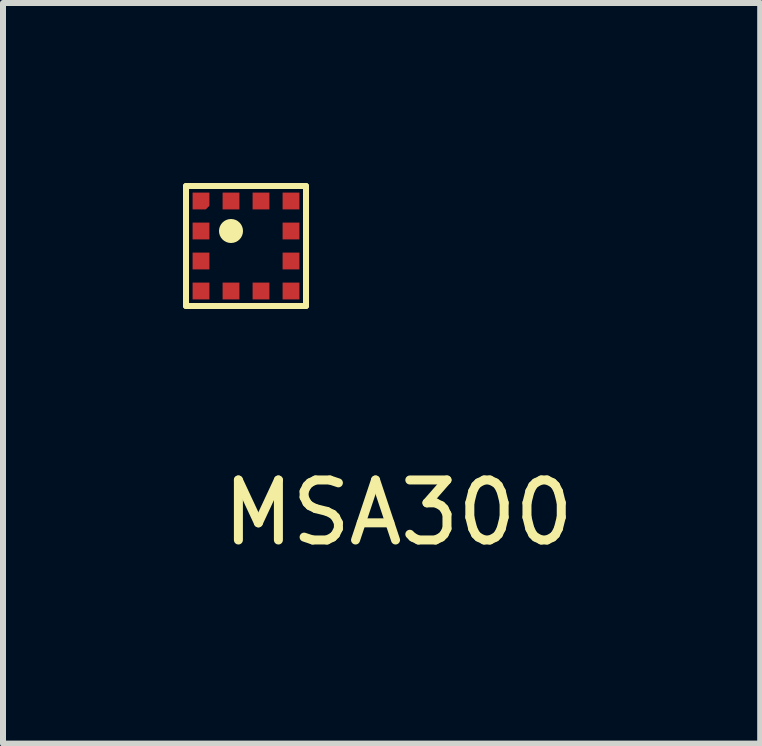
<source format=kicad_pcb>
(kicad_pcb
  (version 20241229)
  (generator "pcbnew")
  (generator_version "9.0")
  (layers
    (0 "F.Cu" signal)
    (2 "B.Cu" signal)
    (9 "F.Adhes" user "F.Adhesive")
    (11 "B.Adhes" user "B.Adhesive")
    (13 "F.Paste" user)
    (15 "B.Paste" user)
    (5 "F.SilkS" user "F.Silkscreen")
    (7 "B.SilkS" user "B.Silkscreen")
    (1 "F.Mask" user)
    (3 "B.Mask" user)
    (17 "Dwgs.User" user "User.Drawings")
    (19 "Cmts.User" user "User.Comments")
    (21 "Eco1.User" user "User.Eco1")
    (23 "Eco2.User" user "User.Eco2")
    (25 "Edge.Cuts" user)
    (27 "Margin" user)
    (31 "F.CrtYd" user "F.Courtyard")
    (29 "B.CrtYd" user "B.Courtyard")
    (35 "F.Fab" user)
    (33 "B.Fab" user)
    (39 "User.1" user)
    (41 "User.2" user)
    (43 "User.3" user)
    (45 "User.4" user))
  (footprint "MSA300"
    (layer "F.Cu")
    (at 1.05 1.05)
    (property "Reference" "MSA300" (at 2.54 4.445 0) (layer "F.SilkS") (effects (font (size 1 1) (thickness 0.15))))
    (attr through_hole)
    (fp_line (start -1 -1) (end 1 -1) (stroke (width 0.1) (type solid)) (layer "F.SilkS"))
    (fp_line (start -1 1) (end -1 -1) (stroke (width 0.1) (type solid)) (layer "F.SilkS"))
    (fp_line (start 1 -1) (end 1 1) (stroke (width 0.1) (type solid)) (layer "F.SilkS"))
    (fp_line (start 1 1) (end -1 1) (stroke (width 0.1) (type solid)) (layer "F.SilkS"))
    (fp_circle (center -0.25 -0.25) (end -0.15 -0.25) (stroke (width 0.2) (type solid)) (fill no) (layer "F.SilkS"))
    (pad "1" smd custom (at -0.75 -0.75) (size 0.1 0.1) (layers "F.Cu" "F.Mask" "F.Paste") (options (anchor rect)) (primitives (gr_poly (pts (xy 0.08 0.14) (xy -0.14 0.14) (xy -0.14 -0.14) (xy 0.14 -0.14) (xy 0.14 0.08)) (width 0) (fill yes))))
    (pad "2" smd rect (at -0.75 -0.25) (size 0.28 0.28) (layers "F.Cu" "F.Mask" "F.Paste"))
    (pad "3" smd rect (at -0.75 0.25) (size 0.28 0.28) (layers "F.Cu" "F.Mask" "F.Paste"))
    (pad "4" smd rect (at -0.75 0.75) (size 0.28 0.28) (layers "F.Cu" "F.Mask" "F.Paste"))
    (pad "5" smd rect (at -0.25 0.75) (size 0.28 0.28) (layers "F.Cu" "F.Mask" "F.Paste"))
    (pad "6" smd rect (at 0.25 0.75) (size 0.28 0.28) (layers "F.Cu" "F.Mask" "F.Paste"))
    (pad "7" smd rect (at 0.75 0.75) (size 0.28 0.28) (layers "F.Cu" "F.Mask" "F.Paste"))
    (pad "8" smd rect (at 0.75 0.25) (size 0.28 0.28) (layers "F.Cu" "F.Mask" "F.Paste"))
    (pad "9" smd rect (at 0.75 -0.25) (size 0.28 0.28) (layers "F.Cu" "F.Mask" "F.Paste"))
    (pad "10" smd rect (at 0.75 -0.75) (size 0.28 0.28) (layers "F.Cu" "F.Mask" "F.Paste"))
    (pad "11" smd rect (at 0.25 -0.75) (size 0.28 0.28) (layers "F.Cu" "F.Mask" "F.Paste"))
    (pad "12" smd rect (at -0.25 -0.75) (size 0.28 0.28) (layers "F.Cu" "F.Mask" "F.Paste")))
  (gr_rect
    (start -3 -3)
    (end 9.62 9.343)
    (stroke (width 0.1) (type default))
    (fill no)
    (layer "Edge.Cuts")))
</source>
